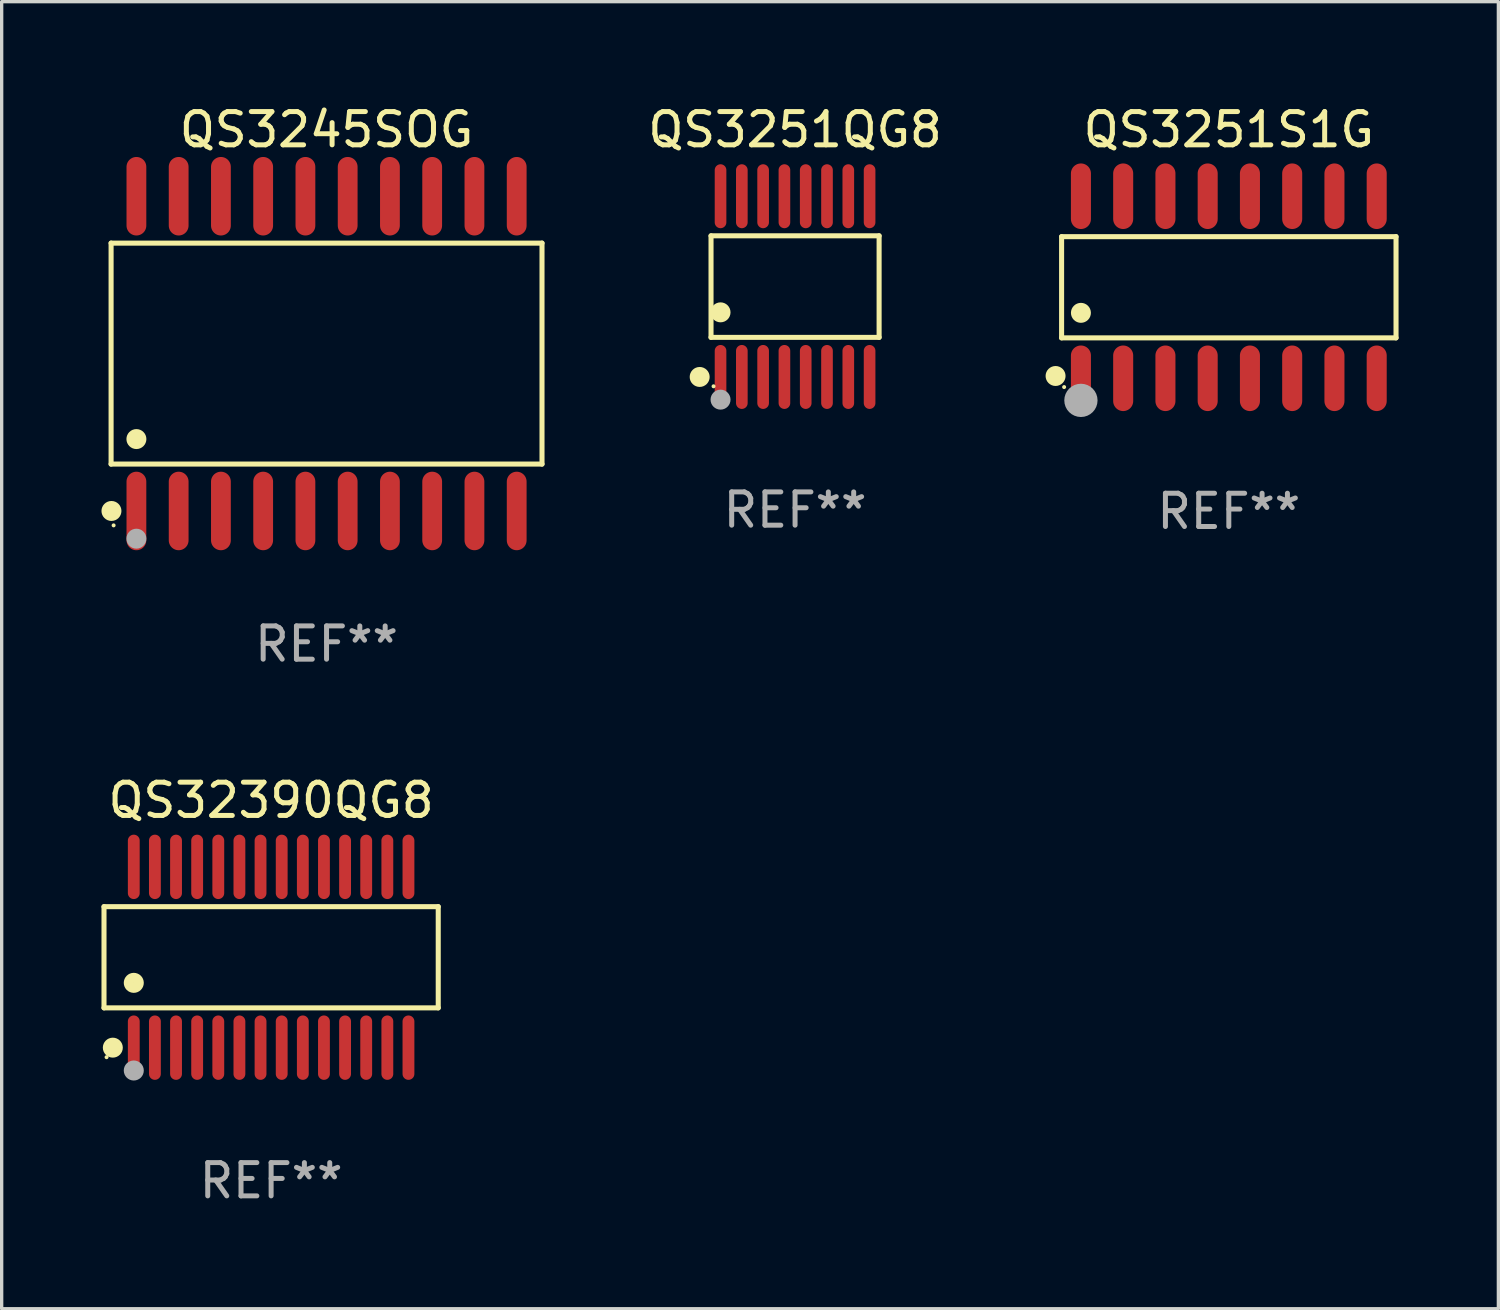
<source format=kicad_pcb>
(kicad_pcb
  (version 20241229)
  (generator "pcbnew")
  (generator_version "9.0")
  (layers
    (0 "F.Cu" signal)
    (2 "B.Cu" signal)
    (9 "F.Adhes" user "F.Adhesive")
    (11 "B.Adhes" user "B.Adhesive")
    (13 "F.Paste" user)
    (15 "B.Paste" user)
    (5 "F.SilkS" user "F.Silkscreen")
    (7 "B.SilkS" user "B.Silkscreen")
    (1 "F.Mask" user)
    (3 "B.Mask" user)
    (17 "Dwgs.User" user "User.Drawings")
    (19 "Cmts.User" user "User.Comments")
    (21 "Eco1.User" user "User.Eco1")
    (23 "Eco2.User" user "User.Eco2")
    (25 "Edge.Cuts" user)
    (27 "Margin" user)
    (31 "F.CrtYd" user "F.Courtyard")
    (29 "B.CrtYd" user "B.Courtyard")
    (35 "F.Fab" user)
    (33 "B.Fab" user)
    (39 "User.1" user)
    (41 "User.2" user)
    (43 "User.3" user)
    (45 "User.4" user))
  (footprint "QS3245SOG"
    (layer "F.Cu")
    (at 6.765 7.578)
    (property "Reference" "QS3245SOG" (at 0 -6.73 0) (layer "F.SilkS") (effects (font (size 1 1) (thickness 0.15))))
    (attr through_hole)
    (fp_line (start -6.476 -3.321) (end 6.476 -3.321) (stroke (width 0.152) (type solid)) (layer "F.SilkS"))
    (fp_line (start -6.476 3.321) (end -6.476 -3.321) (stroke (width 0.152) (type solid)) (layer "F.SilkS"))
    (fp_line (start 6.476 -3.321) (end 6.476 3.321) (stroke (width 0.152) (type solid)) (layer "F.SilkS"))
    (fp_line (start 6.476 3.321) (end -6.476 3.321) (stroke (width 0.152) (type solid)) (layer "F.SilkS"))
    (fp_circle (center -6.465 4.73) (end -6.315 4.73) (stroke (width 0.3) (type solid)) (fill no) (layer "F.SilkS"))
    (fp_circle (center -6.4 5.163) (end -6.37 5.163) (stroke (width 0.06) (type solid)) (fill no) (layer "F.SilkS"))
    (fp_circle (center -5.715 2.569) (end -5.565 2.569) (stroke (width 0.3) (type solid)) (fill no) (layer "F.SilkS"))
    (fp_circle (center -5.715 5.563) (end -5.565 5.563) (stroke (width 0.3) (type solid)) (fill no) (layer "F.Fab"))
    (fp_text user "REF**" (at 0 8.73 0) (layer "F.Fab") (effects (font (size 1 1) (thickness 0.15))))
    (pad "1" smd oval (at -5.715 4.73) (size 0.595 2.36) (layers "F.Cu" "F.Mask" "F.Paste"))
    (pad "2" smd oval (at -4.445 4.73) (size 0.595 2.36) (layers "F.Cu" "F.Mask" "F.Paste"))
    (pad "3" smd oval (at -3.175 4.73) (size 0.595 2.36) (layers "F.Cu" "F.Mask" "F.Paste"))
    (pad "4" smd oval (at -1.905 4.73) (size 0.595 2.36) (layers "F.Cu" "F.Mask" "F.Paste"))
    (pad "5" smd oval (at -0.635 4.73) (size 0.595 2.36) (layers "F.Cu" "F.Mask" "F.Paste"))
    (pad "6" smd oval (at 0.635 4.73) (size 0.595 2.36) (layers "F.Cu" "F.Mask" "F.Paste"))
    (pad "7" smd oval (at 1.905 4.73) (size 0.595 2.36) (layers "F.Cu" "F.Mask" "F.Paste"))
    (pad "8" smd oval (at 3.175 4.73) (size 0.595 2.36) (layers "F.Cu" "F.Mask" "F.Paste"))
    (pad "9" smd oval (at 4.445 4.73) (size 0.595 2.36) (layers "F.Cu" "F.Mask" "F.Paste"))
    (pad "10" smd oval (at 5.715 4.73) (size 0.595 2.36) (layers "F.Cu" "F.Mask" "F.Paste"))
    (pad "11" smd oval (at 5.715 -4.73) (size 0.595 2.36) (layers "F.Cu" "F.Mask" "F.Paste"))
    (pad "12" smd oval (at 4.445 -4.73) (size 0.595 2.36) (layers "F.Cu" "F.Mask" "F.Paste"))
    (pad "13" smd oval (at 3.175 -4.73) (size 0.595 2.36) (layers "F.Cu" "F.Mask" "F.Paste"))
    (pad "14" smd oval (at 1.905 -4.73) (size 0.595 2.36) (layers "F.Cu" "F.Mask" "F.Paste"))
    (pad "15" smd oval (at 0.635 -4.73) (size 0.595 2.36) (layers "F.Cu" "F.Mask" "F.Paste"))
    (pad "16" smd oval (at -0.635 -4.73) (size 0.595 2.36) (layers "F.Cu" "F.Mask" "F.Paste"))
    (pad "17" smd oval (at -1.905 -4.73) (size 0.595 2.36) (layers "F.Cu" "F.Mask" "F.Paste"))
    (pad "18" smd oval (at -3.175 -4.73) (size 0.595 2.36) (layers "F.Cu" "F.Mask" "F.Paste"))
    (pad "19" smd oval (at -4.445 -4.73) (size 0.595 2.36) (layers "F.Cu" "F.Mask" "F.Paste"))
    (pad "20" smd oval (at -5.715 -4.73) (size 0.595 2.36) (layers "F.Cu" "F.Mask" "F.Paste")))
  (footprint "QS32390QG8"
    (layer "F.Cu")
    (at 5.099 25.722)
    (property "Reference" "QS32390QG8" (at 0 -4.717 0) (layer "F.SilkS") (effects (font (size 1 1) (thickness 0.15))))
    (attr through_hole)
    (fp_line (start -5.023 -1.521) (end 5.023 -1.521) (stroke (width 0.152) (type solid)) (layer "F.SilkS"))
    (fp_line (start -5.023 1.521) (end -5.023 -1.521) (stroke (width 0.152) (type solid)) (layer "F.SilkS"))
    (fp_line (start 5.023 -1.521) (end 5.023 1.521) (stroke (width 0.152) (type solid)) (layer "F.SilkS"))
    (fp_line (start 5.023 1.521) (end -5.023 1.521) (stroke (width 0.152) (type solid)) (layer "F.SilkS"))
    (fp_circle (center -4.946 3.004) (end -4.916 3.004) (stroke (width 0.06) (type solid)) (fill no) (layer "F.SilkS"))
    (fp_circle (center -4.758 2.717) (end -4.608 2.717) (stroke (width 0.3) (type solid)) (fill no) (layer "F.SilkS"))
    (fp_circle (center -4.128 0.769) (end -3.977 0.769) (stroke (width 0.3) (type solid)) (fill no) (layer "F.SilkS"))
    (fp_circle (center -4.128 3.404) (end -3.977 3.404) (stroke (width 0.3) (type solid)) (fill no) (layer "F.Fab"))
    (fp_text user "REF**" (at 0 6.717 0) (layer "F.Fab") (effects (font (size 1 1) (thickness 0.15))))
    (pad "1" smd oval (at -4.128 2.717) (size 0.356 1.935) (layers "F.Cu" "F.Mask" "F.Paste"))
    (pad "2" smd oval (at -3.493 2.717) (size 0.356 1.935) (layers "F.Cu" "F.Mask" "F.Paste"))
    (pad "3" smd oval (at -2.858 2.717) (size 0.356 1.935) (layers "F.Cu" "F.Mask" "F.Paste"))
    (pad "4" smd oval (at -2.223 2.717) (size 0.356 1.935) (layers "F.Cu" "F.Mask" "F.Paste"))
    (pad "5" smd oval (at -1.588 2.717) (size 0.356 1.935) (layers "F.Cu" "F.Mask" "F.Paste"))
    (pad "6" smd oval (at -0.953 2.717) (size 0.356 1.935) (layers "F.Cu" "F.Mask" "F.Paste"))
    (pad "7" smd oval (at -0.318 2.717) (size 0.356 1.935) (layers "F.Cu" "F.Mask" "F.Paste"))
    (pad "8" smd oval (at 0.318 2.717) (size 0.356 1.935) (layers "F.Cu" "F.Mask" "F.Paste"))
    (pad "9" smd oval (at 0.953 2.717) (size 0.356 1.935) (layers "F.Cu" "F.Mask" "F.Paste"))
    (pad "10" smd oval (at 1.588 2.717) (size 0.356 1.935) (layers "F.Cu" "F.Mask" "F.Paste"))
    (pad "11" smd oval (at 2.223 2.717) (size 0.356 1.935) (layers "F.Cu" "F.Mask" "F.Paste"))
    (pad "12" smd oval (at 2.858 2.717) (size 0.356 1.935) (layers "F.Cu" "F.Mask" "F.Paste"))
    (pad "13" smd oval (at 3.493 2.717) (size 0.356 1.935) (layers "F.Cu" "F.Mask" "F.Paste"))
    (pad "14" smd oval (at 4.128 2.717) (size 0.356 1.935) (layers "F.Cu" "F.Mask" "F.Paste"))
    (pad "15" smd oval (at 4.128 -2.717) (size 0.356 1.935) (layers "F.Cu" "F.Mask" "F.Paste"))
    (pad "16" smd oval (at 3.493 -2.717) (size 0.356 1.935) (layers "F.Cu" "F.Mask" "F.Paste"))
    (pad "17" smd oval (at 2.858 -2.717) (size 0.356 1.935) (layers "F.Cu" "F.Mask" "F.Paste"))
    (pad "18" smd oval (at 2.223 -2.717) (size 0.356 1.935) (layers "F.Cu" "F.Mask" "F.Paste"))
    (pad "19" smd oval (at 1.588 -2.717) (size 0.356 1.935) (layers "F.Cu" "F.Mask" "F.Paste"))
    (pad "20" smd oval (at 0.953 -2.717) (size 0.356 1.935) (layers "F.Cu" "F.Mask" "F.Paste"))
    (pad "21" smd oval (at 0.318 -2.717) (size 0.356 1.935) (layers "F.Cu" "F.Mask" "F.Paste"))
    (pad "22" smd oval (at -0.318 -2.717) (size 0.356 1.935) (layers "F.Cu" "F.Mask" "F.Paste"))
    (pad "23" smd oval (at -0.953 -2.717) (size 0.356 1.935) (layers "F.Cu" "F.Mask" "F.Paste"))
    (pad "24" smd oval (at -1.588 -2.717) (size 0.356 1.935) (layers "F.Cu" "F.Mask" "F.Paste"))
    (pad "25" smd oval (at -2.223 -2.717) (size 0.356 1.935) (layers "F.Cu" "F.Mask" "F.Paste"))
    (pad "26" smd oval (at -2.858 -2.717) (size 0.356 1.935) (layers "F.Cu" "F.Mask" "F.Paste"))
    (pad "27" smd oval (at -3.493 -2.717) (size 0.356 1.935) (layers "F.Cu" "F.Mask" "F.Paste"))
    (pad "28" smd oval (at -4.128 -2.717) (size 0.356 1.935) (layers "F.Cu" "F.Mask" "F.Paste")))
  (footprint "QS3251S1G"
    (layer "F.Cu")
    (at 33.884 5.584)
    (property "Reference" "QS3251S1G" (at 0 -4.736 0) (layer "F.SilkS") (effects (font (size 1 1) (thickness 0.15))))
    (attr through_hole)
    (fp_line (start -5.026 -1.521) (end 5.026 -1.521) (stroke (width 0.152) (type solid)) (layer "F.SilkS"))
    (fp_line (start -5.026 1.521) (end -5.026 -1.521) (stroke (width 0.152) (type solid)) (layer "F.SilkS"))
    (fp_line (start 5.026 -1.521) (end 5.026 1.521) (stroke (width 0.152) (type solid)) (layer "F.SilkS"))
    (fp_line (start 5.026 1.521) (end -5.026 1.521) (stroke (width 0.152) (type solid)) (layer "F.SilkS"))
    (fp_circle (center -5.207 2.667) (end -5.057 2.667) (stroke (width 0.3) (type solid)) (fill no) (layer "F.SilkS"))
    (fp_circle (center -4.95 3) (end -4.92 3) (stroke (width 0.06) (type solid)) (fill no) (layer "F.SilkS"))
    (fp_circle (center -4.445 0.769) (end -4.295 0.769) (stroke (width 0.3) (type solid)) (fill no) (layer "F.SilkS"))
    (fp_circle (center -4.445 3.4) (end -4.195 3.4) (stroke (width 0.5) (type solid)) (fill no) (layer "F.Fab"))
    (fp_text user "REF**" (at 0 6.736 0) (layer "F.Fab") (effects (font (size 1 1) (thickness 0.15))))
    (pad "1" smd oval (at -4.445 2.736) (size 0.602 1.971) (layers "F.Cu" "F.Mask" "F.Paste"))
    (pad "2" smd oval (at -3.175 2.736) (size 0.602 1.971) (layers "F.Cu" "F.Mask" "F.Paste"))
    (pad "3" smd oval (at -1.905 2.736) (size 0.602 1.971) (layers "F.Cu" "F.Mask" "F.Paste"))
    (pad "4" smd oval (at -0.635 2.736) (size 0.602 1.971) (layers "F.Cu" "F.Mask" "F.Paste"))
    (pad "5" smd oval (at 0.635 2.736) (size 0.602 1.971) (layers "F.Cu" "F.Mask" "F.Paste"))
    (pad "6" smd oval (at 1.905 2.736) (size 0.602 1.971) (layers "F.Cu" "F.Mask" "F.Paste"))
    (pad "7" smd oval (at 3.175 2.736) (size 0.602 1.971) (layers "F.Cu" "F.Mask" "F.Paste"))
    (pad "8" smd oval (at 4.445 2.736) (size 0.602 1.971) (layers "F.Cu" "F.Mask" "F.Paste"))
    (pad "9" smd oval (at 4.445 -2.736) (size 0.602 1.971) (layers "F.Cu" "F.Mask" "F.Paste"))
    (pad "10" smd oval (at 3.175 -2.736) (size 0.602 1.971) (layers "F.Cu" "F.Mask" "F.Paste"))
    (pad "11" smd oval (at 1.905 -2.736) (size 0.602 1.971) (layers "F.Cu" "F.Mask" "F.Paste"))
    (pad "12" smd oval (at 0.635 -2.736) (size 0.602 1.971) (layers "F.Cu" "F.Mask" "F.Paste"))
    (pad "13" smd oval (at -0.635 -2.736) (size 0.602 1.971) (layers "F.Cu" "F.Mask" "F.Paste"))
    (pad "14" smd oval (at -1.905 -2.736) (size 0.602 1.971) (layers "F.Cu" "F.Mask" "F.Paste"))
    (pad "15" smd oval (at -3.175 -2.736) (size 0.602 1.971) (layers "F.Cu" "F.Mask" "F.Paste"))
    (pad "16" smd oval (at -4.445 -2.736) (size 0.602 1.971) (layers "F.Cu" "F.Mask" "F.Paste")))
  (footprint "QS3251QG8"
    (layer "F.Cu")
    (at 20.847 5.564)
    (property "Reference" "QS3251QG8" (at 0 -4.716 0) (layer "F.SilkS") (effects (font (size 1 1) (thickness 0.15))))
    (attr through_hole)
    (fp_line (start -2.526 -1.526) (end 2.526 -1.526) (stroke (width 0.152) (type solid)) (layer "F.SilkS"))
    (fp_line (start -2.526 1.526) (end -2.526 -1.526) (stroke (width 0.152) (type solid)) (layer "F.SilkS"))
    (fp_line (start 2.526 -1.526) (end 2.526 1.526) (stroke (width 0.152) (type solid)) (layer "F.SilkS"))
    (fp_line (start 2.526 1.526) (end -2.526 1.526) (stroke (width 0.152) (type solid)) (layer "F.SilkS"))
    (fp_circle (center -2.867 2.716) (end -2.717 2.716) (stroke (width 0.3) (type solid)) (fill no) (layer "F.SilkS"))
    (fp_circle (center -2.45 2.997) (end -2.42 2.997) (stroke (width 0.06) (type solid)) (fill no) (layer "F.SilkS"))
    (fp_circle (center -2.24 0.774) (end -2.09 0.774) (stroke (width 0.3) (type solid)) (fill no) (layer "F.SilkS"))
    (fp_circle (center -2.24 3.398) (end -2.09 3.398) (stroke (width 0.3) (type solid)) (fill no) (layer "F.Fab"))
    (fp_text user "REF**" (at 0 6.716 0) (layer "F.Fab") (effects (font (size 1 1) (thickness 0.15))))
    (pad "1" smd oval (at -2.24 2.716) (size 0.35 1.922) (layers "F.Cu" "F.Mask" "F.Paste"))
    (pad "2" smd oval (at -1.6 2.716) (size 0.35 1.922) (layers "F.Cu" "F.Mask" "F.Paste"))
    (pad "3" smd oval (at -0.96 2.716) (size 0.35 1.922) (layers "F.Cu" "F.Mask" "F.Paste"))
    (pad "4" smd oval (at -0.32 2.716) (size 0.35 1.922) (layers "F.Cu" "F.Mask" "F.Paste"))
    (pad "5" smd oval (at 0.32 2.716) (size 0.35 1.922) (layers "F.Cu" "F.Mask" "F.Paste"))
    (pad "6" smd oval (at 0.96 2.716) (size 0.35 1.922) (layers "F.Cu" "F.Mask" "F.Paste"))
    (pad "7" smd oval (at 1.6 2.716) (size 0.35 1.922) (layers "F.Cu" "F.Mask" "F.Paste"))
    (pad "8" smd oval (at 2.24 2.716) (size 0.35 1.922) (layers "F.Cu" "F.Mask" "F.Paste"))
    (pad "9" smd oval (at 2.24 -2.716) (size 0.35 1.922) (layers "F.Cu" "F.Mask" "F.Paste"))
    (pad "10" smd oval (at 1.6 -2.716) (size 0.35 1.922) (layers "F.Cu" "F.Mask" "F.Paste"))
    (pad "11" smd oval (at 0.96 -2.716) (size 0.35 1.922) (layers "F.Cu" "F.Mask" "F.Paste"))
    (pad "12" smd oval (at 0.32 -2.716) (size 0.35 1.922) (layers "F.Cu" "F.Mask" "F.Paste"))
    (pad "13" smd oval (at -0.32 -2.716) (size 0.35 1.922) (layers "F.Cu" "F.Mask" "F.Paste"))
    (pad "14" smd oval (at -0.96 -2.716) (size 0.35 1.922) (layers "F.Cu" "F.Mask" "F.Paste"))
    (pad "15" smd oval (at -1.6 -2.716) (size 0.35 1.922) (layers "F.Cu" "F.Mask" "F.Paste"))
    (pad "16" smd oval (at -2.24 -2.716) (size 0.35 1.922) (layers "F.Cu" "F.Mask" "F.Paste")))
  (gr_rect
    (start -3 -3)
    (end 41.986 36.287)
    (stroke (width 0.1) (type default))
    (fill no)
    (layer "Edge.Cuts")))
</source>
